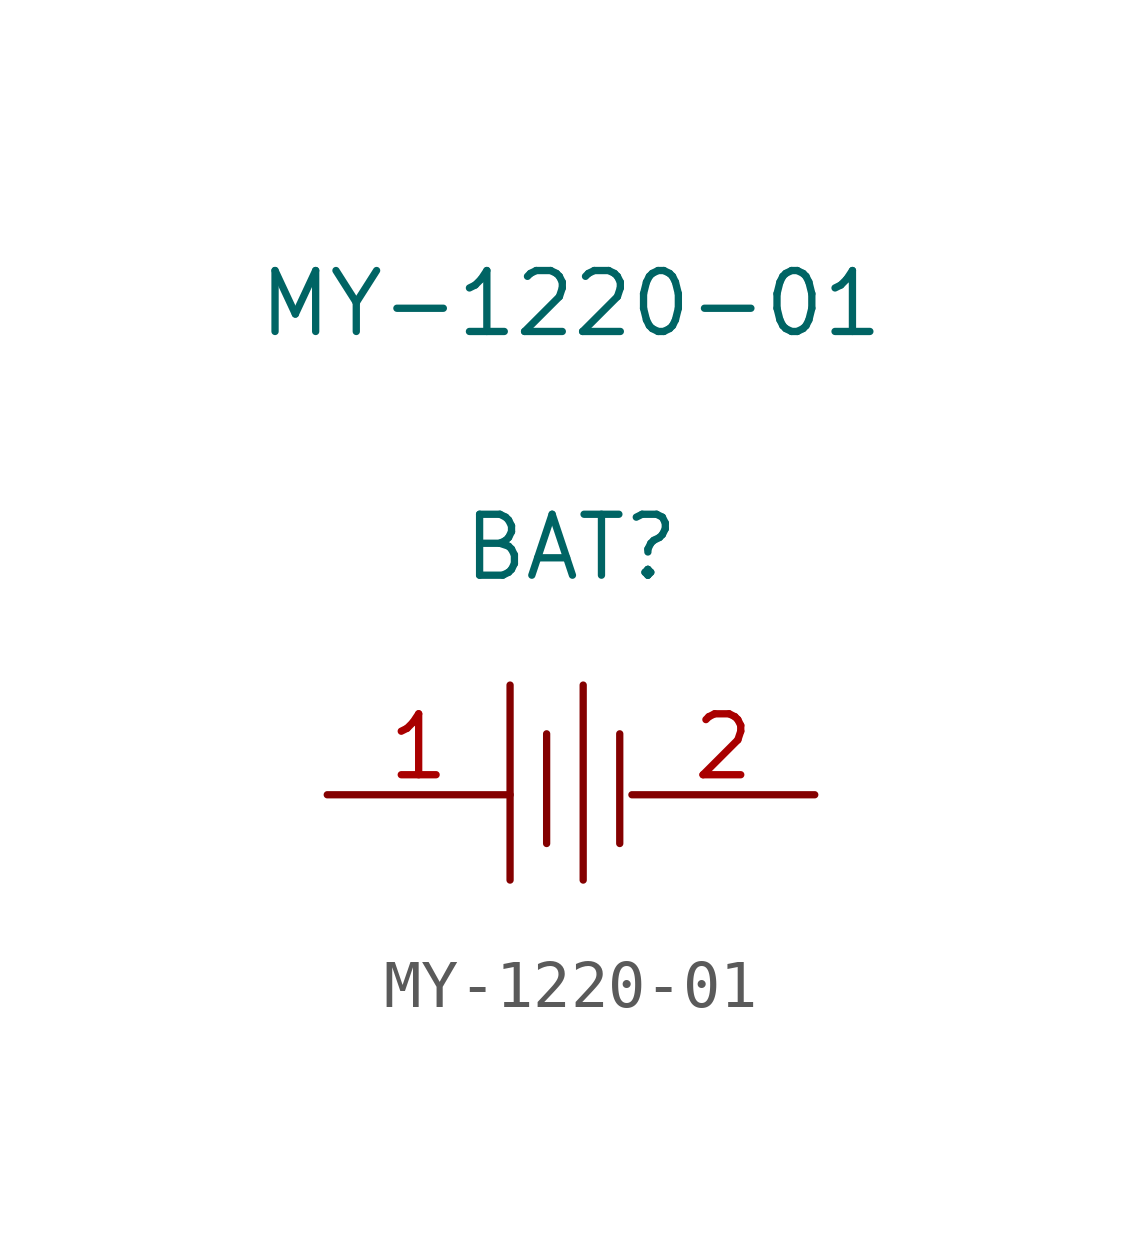
<source format=kicad_sym>
(kicad_symbol_lib
  (version 20220914)
  (generator kicad_symbol_editor)
  (symbol "MY-1220-01"
    (pin_names
      (offset 1.016) hide)
    (property "Reference" "BAT"
      (at 0 5.156 0)
      (effects (font (size 1.27 1.27))))
    (property "Value" "MY-1220-01"
      (at 0 10.236 0)
      (effects (font (size 1.27 1.27))))
    (symbol "MY-1220-01_1_1"
      (polyline (pts (xy -1.27 2.286) (xy -1.27 -1.778)) (stroke (width 0.152) (type solid)) (fill (type none)))
      (polyline (pts (xy -0.508 1.27) (xy -0.508 -1.016)) (stroke (width 0.152) (type solid)) (fill (type none)))
      (polyline (pts (xy 0.254 2.286) (xy 0.254 -1.778)) (stroke (width 0.152) (type solid)) (fill (type none)))
      (polyline (pts (xy 1.016 1.27) (xy 1.016 -1.016)) (stroke (width 0.152) (type solid)) (fill (type none)))
      (pin power_out line (at -5.08 0 0) (length 3.81) (name "1" (effects (font (size 1.27 1.27)))) (number "1" (effects (font (size 1.27 1.27)))))
      (pin power_out line (at 5.08 0 180) (length 3.81) (name "2" (effects (font (size 1.27 1.27)))) (number "2" (effects (font (size 1.27 1.27))))))))
</source>
